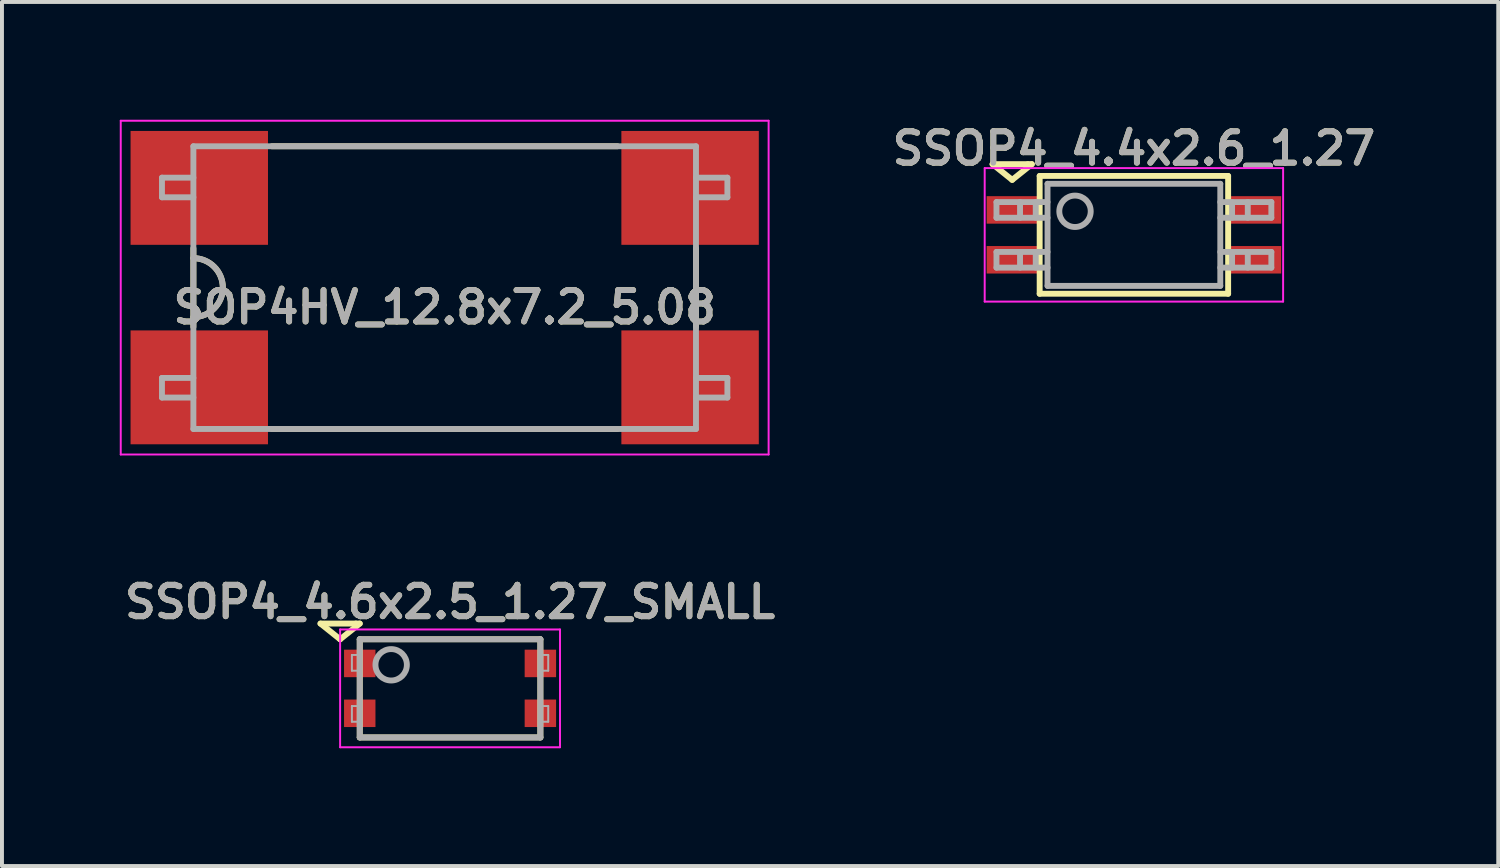
<source format=kicad_pcb>
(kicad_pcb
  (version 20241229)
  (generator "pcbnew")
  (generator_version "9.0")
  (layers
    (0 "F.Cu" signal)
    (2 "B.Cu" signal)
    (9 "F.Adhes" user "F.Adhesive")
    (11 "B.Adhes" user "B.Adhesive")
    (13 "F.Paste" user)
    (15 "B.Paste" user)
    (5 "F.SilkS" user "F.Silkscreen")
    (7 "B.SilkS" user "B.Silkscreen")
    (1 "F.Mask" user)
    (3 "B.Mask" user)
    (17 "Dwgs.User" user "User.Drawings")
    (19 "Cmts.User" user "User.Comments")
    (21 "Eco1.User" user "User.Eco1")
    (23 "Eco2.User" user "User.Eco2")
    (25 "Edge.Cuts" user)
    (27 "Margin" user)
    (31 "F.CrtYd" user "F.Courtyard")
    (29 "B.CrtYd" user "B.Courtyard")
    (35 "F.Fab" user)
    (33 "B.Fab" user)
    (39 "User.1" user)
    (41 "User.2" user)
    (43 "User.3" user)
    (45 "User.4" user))
  (footprint "SOP4HV_12.8x7.2_5.08"
    (layer "F.Cu")
    (at 8.275 4.275)
    (property "Reference" "SOP4HV_12.8x7.2_5.08" (at 0 0.5 0) (layer "F.SilkS") (effects (font (size 0.8 0.8) (thickness 0.15))))
    (attr smd)
    (fp_line (start -6.4 -1) (end -6.4 1) (stroke (width 0.15) (type solid)) (layer "F.SilkS"))
    (fp_line (start -4.4 -3.6) (end 4.4 -3.6) (stroke (width 0.15) (type solid)) (layer "F.SilkS"))
    (fp_line (start -4.4 3.6) (end 4.4 3.6) (stroke (width 0.15) (type solid)) (layer "F.SilkS"))
    (fp_line (start 6.4 1) (end 6.4 -1) (stroke (width 0.15) (type solid)) (layer "F.SilkS"))
    (fp_arc (start -6.4 -0.75) (mid -5.65 0) (end -6.4 0.75) (stroke (width 0.15) (type solid)) (layer "F.SilkS"))
    (fp_line (start -8.25 -4.25) (end 8.25 -4.25) (stroke (width 0.05) (type solid)) (layer "F.CrtYd"))
    (fp_line (start -8.25 4.25) (end -8.25 -4.25) (stroke (width 0.05) (type solid)) (layer "F.CrtYd"))
    (fp_line (start 8.25 -4.25) (end 8.25 4.25) (stroke (width 0.05) (type solid)) (layer "F.CrtYd"))
    (fp_line (start 8.25 4.25) (end -8.25 4.25) (stroke (width 0.05) (type solid)) (layer "F.CrtYd"))
    (fp_line (start -7.2 -2.8) (end -7.2 -2.3) (stroke (width 0.15) (type solid)) (layer "F.Fab"))
    (fp_line (start -7.2 -2.3) (end -6.4 -2.3) (stroke (width 0.15) (type solid)) (layer "F.Fab"))
    (fp_line (start -7.2 2.3) (end -6.4 2.3) (stroke (width 0.15) (type solid)) (layer "F.Fab"))
    (fp_line (start -7.2 2.8) (end -7.2 2.3) (stroke (width 0.15) (type solid)) (layer "F.Fab"))
    (fp_line (start -6.4 -3.6) (end 6.4 -3.6) (stroke (width 0.15) (type solid)) (layer "F.Fab"))
    (fp_line (start -6.4 -2.8) (end -7.2 -2.8) (stroke (width 0.15) (type solid)) (layer "F.Fab"))
    (fp_line (start -6.4 2.8) (end -7.2 2.8) (stroke (width 0.15) (type solid)) (layer "F.Fab"))
    (fp_line (start -6.4 3.6) (end -6.4 -3.6) (stroke (width 0.15) (type solid)) (layer "F.Fab"))
    (fp_line (start 6.4 -3.6) (end 6.4 3.6) (stroke (width 0.15) (type solid)) (layer "F.Fab"))
    (fp_line (start 6.4 -2.8) (end 7.2 -2.8) (stroke (width 0.15) (type solid)) (layer "F.Fab"))
    (fp_line (start 6.4 2.8) (end 7.2 2.8) (stroke (width 0.15) (type solid)) (layer "F.Fab"))
    (fp_line (start 6.4 3.6) (end -6.4 3.6) (stroke (width 0.15) (type solid)) (layer "F.Fab"))
    (fp_line (start 7.2 -2.8) (end 7.2 -2.3) (stroke (width 0.15) (type solid)) (layer "F.Fab"))
    (fp_line (start 7.2 -2.3) (end 6.4 -2.3) (stroke (width 0.15) (type solid)) (layer "F.Fab"))
    (fp_line (start 7.2 2.3) (end 6.4 2.3) (stroke (width 0.15) (type solid)) (layer "F.Fab"))
    (fp_line (start 7.2 2.8) (end 7.2 2.3) (stroke (width 0.15) (type solid)) (layer "F.Fab"))
    (fp_arc (start -6.4 -0.75) (mid -5.65 0) (end -6.4 0.75) (stroke (width 0.15) (type solid)) (layer "F.Fab"))
    (fp_text user "${REFERENCE}" (at 0 0.5 0) (layer "F.Fab") (effects (font (size 0.8 0.8) (thickness 0.15))))
    (pad "1" smd rect (at -6.25 -2.54) (size 3.5 2.9) (layers "F.Cu" "F.Mask" "F.Paste"))
    (pad "2" smd rect (at -6.25 2.54) (size 3.5 2.9) (layers "F.Cu" "F.Mask" "F.Paste"))
    (pad "3" smd rect (at 6.25 2.54) (size 3.5 2.9) (layers "F.Cu" "F.Mask" "F.Paste"))
    (pad "4" smd rect (at 6.25 -2.54) (size 3.5 2.9) (layers "F.Cu" "F.Mask" "F.Paste")))
  (footprint "SSOP4_4.6x2.5_1.27_SMALL"
    (layer "F.Cu")
    (at 8.412 14.481)
    (property "Reference" "SSOP4_4.6x2.5_1.27_SMALL" (at 0 -2.2 0) (layer "F.SilkS") (effects (font (size 0.8 0.8) (thickness 0.15))))
    (attr smd)
    (fp_line (start -3.3 -1.65) (end -2.4 -1.65) (stroke (width 0.15) (type solid)) (layer "F.SilkS"))
    (fp_line (start -2.8 -1.25) (end -3.3 -1.65) (stroke (width 0.15) (type solid)) (layer "F.SilkS"))
    (fp_line (start -2.4 -1.65) (end -2.3 -1.65) (stroke (width 0.15) (type solid)) (layer "F.SilkS"))
    (fp_line (start -2.3 -1.65) (end -2.8 -1.25) (stroke (width 0.15) (type solid)) (layer "F.SilkS"))
    (fp_line (start -2.3 -1.25) (end 2.3 -1.25) (stroke (width 0.15) (type solid)) (layer "F.SilkS"))
    (fp_line (start -2.3 1.25) (end -2.3 -1.25) (stroke (width 0.15) (type solid)) (layer "F.SilkS"))
    (fp_line (start -2.3 1.25) (end 2.3 1.25) (stroke (width 0.15) (type solid)) (layer "F.SilkS"))
    (fp_line (start 2.3 -1.25) (end 2.3 1.25) (stroke (width 0.15) (type solid)) (layer "F.SilkS"))
    (fp_line (start -2.8 -1.5) (end -2.8 1.5) (stroke (width 0.05) (type solid)) (layer "F.CrtYd"))
    (fp_line (start -2.8 1.5) (end 2.8 1.5) (stroke (width 0.05) (type solid)) (layer "F.CrtYd"))
    (fp_line (start 2.8 -1.5) (end -2.8 -1.5) (stroke (width 0.05) (type solid)) (layer "F.CrtYd"))
    (fp_line (start 2.8 1.5) (end 2.8 -1.5) (stroke (width 0.05) (type solid)) (layer "F.CrtYd"))
    (fp_line (start -2.5 -0.85) (end -2.3 -0.85) (stroke (width 0.05) (type solid)) (layer "F.Fab"))
    (fp_line (start -2.5 -0.45) (end -2.5 -0.85) (stroke (width 0.05) (type solid)) (layer "F.Fab"))
    (fp_line (start -2.5 0.45) (end -2.3 0.45) (stroke (width 0.05) (type solid)) (layer "F.Fab"))
    (fp_line (start -2.5 0.85) (end -2.5 0.45) (stroke (width 0.05) (type solid)) (layer "F.Fab"))
    (fp_line (start -2.3 -1.25) (end 2.3 -1.25) (stroke (width 0.15) (type solid)) (layer "F.Fab"))
    (fp_line (start -2.3 -0.45) (end -2.5 -0.45) (stroke (width 0.05) (type solid)) (layer "F.Fab"))
    (fp_line (start -2.3 0.85) (end -2.5 0.85) (stroke (width 0.05) (type solid)) (layer "F.Fab"))
    (fp_line (start -2.3 1.25) (end -2.3 -1.25) (stroke (width 0.15) (type solid)) (layer "F.Fab"))
    (fp_line (start 2.3 -1.25) (end 2.3 1.25) (stroke (width 0.15) (type solid)) (layer "F.Fab"))
    (fp_line (start 2.3 -0.85) (end 2.5 -0.85) (stroke (width 0.05) (type solid)) (layer "F.Fab"))
    (fp_line (start 2.3 0.45) (end 2.5 0.45) (stroke (width 0.05) (type solid)) (layer "F.Fab"))
    (fp_line (start 2.3 1.25) (end -2.3 1.25) (stroke (width 0.15) (type solid)) (layer "F.Fab"))
    (fp_line (start 2.5 -0.45) (end 2.3 -0.45) (stroke (width 0.05) (type solid)) (layer "F.Fab"))
    (fp_line (start 2.5 -0.45) (end 2.5 -0.85) (stroke (width 0.05) (type solid)) (layer "F.Fab"))
    (fp_line (start 2.5 0.85) (end 2.3 0.85) (stroke (width 0.05) (type solid)) (layer "F.Fab"))
    (fp_line (start 2.5 0.85) (end 2.5 0.45) (stroke (width 0.05) (type solid)) (layer "F.Fab"))
    (fp_circle (center -1.5 -0.6) (end -1.1 -0.6) (stroke (width 0.15) (type solid)) (fill no) (layer "F.Fab"))
    (fp_text user "${REFERENCE}" (at 0 -2.2 0) (layer "F.Fab") (effects (font (size 0.8 0.8) (thickness 0.15))))
    (pad "1" smd rect (at -2.3 -0.635) (size 0.8 0.7) (layers "F.Cu" "F.Mask" "F.Paste"))
    (pad "2" smd rect (at -2.3 0.635) (size 0.8 0.7) (layers "F.Cu" "F.Mask" "F.Paste"))
    (pad "3" smd rect (at 2.3 0.635) (size 0.8 0.7) (layers "F.Cu" "F.Mask" "F.Paste"))
    (pad "4" smd rect (at 2.3 -0.635) (size 0.8 0.7) (layers "F.Cu" "F.Mask" "F.Paste")))
  (footprint "SSOP4_4.4x2.6_1.27"
    (layer "F.Cu")
    (at 25.828 2.931)
    (property "Reference" "SSOP4_4.4x2.6_1.27" (at 0 -2.2 0) (layer "F.SilkS") (effects (font (size 0.8 0.8) (thickness 0.15))))
    (attr through_hole)
    (fp_line (start -3.6 -1.8) (end -2.7 -1.8) (stroke (width 0.15) (type solid)) (layer "F.SilkS"))
    (fp_line (start -3.1 -1.4) (end -3.6 -1.8) (stroke (width 0.15) (type solid)) (layer "F.SilkS"))
    (fp_line (start -2.7 -1.8) (end -2.6 -1.8) (stroke (width 0.15) (type solid)) (layer "F.SilkS"))
    (fp_line (start -2.6 -1.8) (end -3.1 -1.4) (stroke (width 0.15) (type solid)) (layer "F.SilkS"))
    (fp_line (start -2.4 -1.5) (end 2.4 -1.5) (stroke (width 0.15) (type solid)) (layer "F.SilkS"))
    (fp_line (start -2.4 1.5) (end -2.4 -1.5) (stroke (width 0.15) (type solid)) (layer "F.SilkS"))
    (fp_line (start -2.4 1.5) (end 2.4 1.5) (stroke (width 0.15) (type solid)) (layer "F.SilkS"))
    (fp_line (start 2.4 -1.5) (end 2.4 1.5) (stroke (width 0.15) (type solid)) (layer "F.SilkS"))
    (fp_line (start -3.8 -1.7) (end -3.8 1.7) (stroke (width 0.05) (type solid)) (layer "F.CrtYd"))
    (fp_line (start -3.8 1.7) (end 3.8 1.7) (stroke (width 0.05) (type solid)) (layer "F.CrtYd"))
    (fp_line (start 3.8 -1.7) (end -3.8 -1.7) (stroke (width 0.05) (type solid)) (layer "F.CrtYd"))
    (fp_line (start 3.8 1.7) (end 3.8 -1.7) (stroke (width 0.05) (type solid)) (layer "F.CrtYd"))
    (fp_line (start -3.5 -0.835) (end -2.2 -0.835) (stroke (width 0.15) (type solid)) (layer "F.Fab"))
    (fp_line (start -3.5 -0.435) (end -3.5 -0.835) (stroke (width 0.15) (type solid)) (layer "F.Fab"))
    (fp_line (start -3.5 0.435) (end -2.2 0.435) (stroke (width 0.15) (type solid)) (layer "F.Fab"))
    (fp_line (start -3.5 0.835) (end -3.5 0.435) (stroke (width 0.15) (type solid)) (layer "F.Fab"))
    (fp_line (start -2.9 -0.435) (end -2.9 -0.835) (stroke (width 0.15) (type solid)) (layer "F.Fab"))
    (fp_line (start -2.9 0.835) (end -2.9 0.435) (stroke (width 0.15) (type solid)) (layer "F.Fab"))
    (fp_line (start -2.5 -0.835) (end -2.5 -0.435) (stroke (width 0.15) (type solid)) (layer "F.Fab"))
    (fp_line (start -2.5 0.435) (end -2.5 0.835) (stroke (width 0.15) (type solid)) (layer "F.Fab"))
    (fp_line (start -2.2 -1.3) (end 2.2 -1.3) (stroke (width 0.15) (type solid)) (layer "F.Fab"))
    (fp_line (start -2.2 -0.435) (end -3.5 -0.435) (stroke (width 0.15) (type solid)) (layer "F.Fab"))
    (fp_line (start -2.2 0.835) (end -3.5 0.835) (stroke (width 0.15) (type solid)) (layer "F.Fab"))
    (fp_line (start -2.2 1.3) (end -2.2 -1.3) (stroke (width 0.15) (type solid)) (layer "F.Fab"))
    (fp_line (start 2.2 -1.3) (end 2.2 1.3) (stroke (width 0.15) (type solid)) (layer "F.Fab"))
    (fp_line (start 2.2 -0.835) (end 3.5 -0.835) (stroke (width 0.15) (type solid)) (layer "F.Fab"))
    (fp_line (start 2.2 0.435) (end 3.5 0.435) (stroke (width 0.15) (type solid)) (layer "F.Fab"))
    (fp_line (start 2.2 1.3) (end -2.2 1.3) (stroke (width 0.15) (type solid)) (layer "F.Fab"))
    (fp_line (start 2.5 -0.435) (end 2.5 -0.835) (stroke (width 0.15) (type solid)) (layer "F.Fab"))
    (fp_line (start 2.5 0.835) (end 2.5 0.435) (stroke (width 0.15) (type solid)) (layer "F.Fab"))
    (fp_line (start 2.9 -0.835) (end 2.9 -0.435) (stroke (width 0.15) (type solid)) (layer "F.Fab"))
    (fp_line (start 2.9 0.435) (end 2.9 0.835) (stroke (width 0.15) (type solid)) (layer "F.Fab"))
    (fp_line (start 3.5 -0.835) (end 3.5 -0.435) (stroke (width 0.15) (type solid)) (layer "F.Fab"))
    (fp_line (start 3.5 -0.435) (end 2.2 -0.435) (stroke (width 0.15) (type solid)) (layer "F.Fab"))
    (fp_line (start 3.5 0.435) (end 3.5 0.835) (stroke (width 0.15) (type solid)) (layer "F.Fab"))
    (fp_line (start 3.5 0.835) (end 2.2 0.835) (stroke (width 0.15) (type solid)) (layer "F.Fab"))
    (fp_circle (center -1.5 -0.6) (end -1.1 -0.6) (stroke (width 0.15) (type solid)) (fill no) (layer "F.Fab"))
    (fp_text user "${REFERENCE}" (at 0 -2.2 0) (layer "F.Fab") (effects (font (size 0.8 0.8) (thickness 0.15))))
    (pad "1" smd rect (at -3.1 -0.635) (size 1.3 0.7) (layers "F.Cu" "F.Mask" "F.Paste"))
    (pad "2" smd rect (at -3.1 0.635) (size 1.3 0.7) (layers "F.Cu" "F.Mask" "F.Paste"))
    (pad "3" smd rect (at 3.1 0.635) (size 1.3 0.7) (layers "F.Cu" "F.Mask" "F.Paste"))
    (pad "4" smd rect (at 3.1 -0.635) (size 1.3 0.7) (layers "F.Cu" "F.Mask" "F.Paste")))
  (gr_rect
    (start -3 -3)
    (end 35.107 19.006)
    (stroke (width 0.1) (type default))
    (fill no)
    (layer "Edge.Cuts")))
</source>
